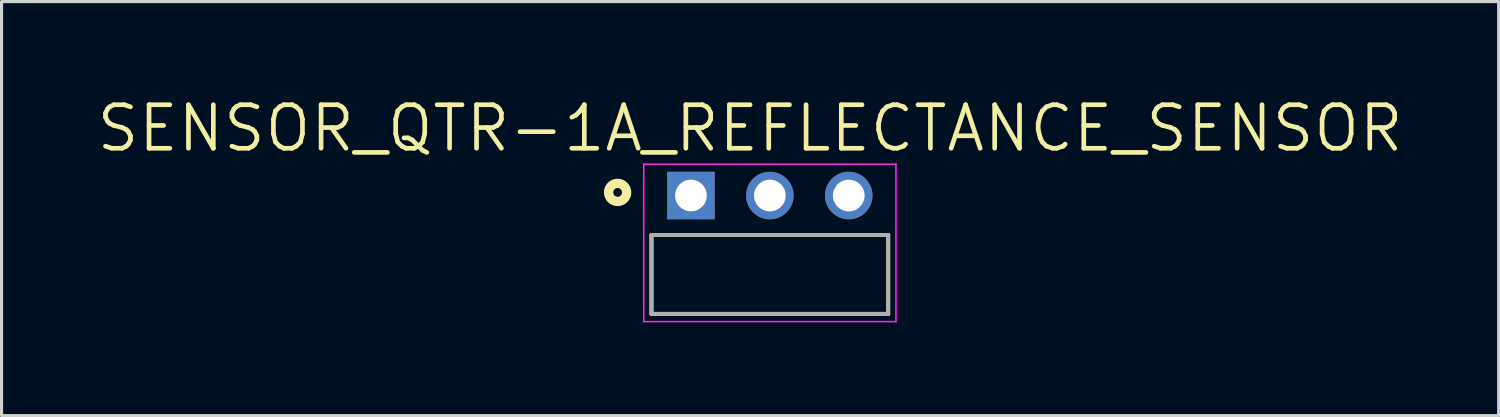
<source format=kicad_pcb>
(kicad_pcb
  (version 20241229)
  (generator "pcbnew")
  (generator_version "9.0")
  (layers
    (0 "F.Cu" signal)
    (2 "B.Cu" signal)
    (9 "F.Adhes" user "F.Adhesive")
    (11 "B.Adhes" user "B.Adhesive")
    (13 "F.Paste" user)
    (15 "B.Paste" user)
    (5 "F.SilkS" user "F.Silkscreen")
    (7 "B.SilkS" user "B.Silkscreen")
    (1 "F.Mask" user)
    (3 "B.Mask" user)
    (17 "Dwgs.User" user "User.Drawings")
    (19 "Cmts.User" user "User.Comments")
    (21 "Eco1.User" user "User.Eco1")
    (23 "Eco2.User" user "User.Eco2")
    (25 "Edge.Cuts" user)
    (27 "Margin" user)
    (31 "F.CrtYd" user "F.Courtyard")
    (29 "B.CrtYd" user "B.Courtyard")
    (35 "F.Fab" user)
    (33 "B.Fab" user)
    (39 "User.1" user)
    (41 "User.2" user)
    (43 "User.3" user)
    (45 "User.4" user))
  (footprint "SENSOR_QTR-1A_REFLECTANCE_SENSOR"
    (layer "F.Cu")
    (at 21.731 5.784)
    (property "Reference" "SENSOR_QTR-1A_REFLECTANCE_SENSOR" (at -0.635 -4.702 0) (layer "F.SilkS") (effects (font (size 1.401 1.401) (thickness 0.15))))
    (attr through_hole)
    (fp_line (start -3.81 -1.27) (end 3.81 -1.27) (stroke (width 0.127) (type solid)) (layer "F.SilkS"))
    (fp_line (start -3.81 1.27) (end -3.81 -1.27) (stroke (width 0.127) (type solid)) (layer "F.SilkS"))
    (fp_line (start 3.81 -1.27) (end 3.81 1.27) (stroke (width 0.127) (type solid)) (layer "F.SilkS"))
    (fp_line (start 3.81 1.27) (end -3.81 1.27) (stroke (width 0.127) (type solid)) (layer "F.SilkS"))
    (fp_circle (center -4.9 -2.64) (end -4.759 -2.64) (stroke (width 0.3) (type solid)) (fill no) (layer "F.SilkS"))
    (fp_line (start -4.06 -3.55) (end 4.06 -3.55) (stroke (width 0.05) (type solid)) (layer "F.CrtYd"))
    (fp_line (start -4.06 1.52) (end -4.06 -3.55) (stroke (width 0.05) (type solid)) (layer "F.CrtYd"))
    (fp_line (start 4.06 -3.55) (end 4.06 1.52) (stroke (width 0.05) (type solid)) (layer "F.CrtYd"))
    (fp_line (start 4.06 1.52) (end -4.06 1.52) (stroke (width 0.05) (type solid)) (layer "F.CrtYd"))
    (fp_line (start -3.81 -1.27) (end 3.81 -1.27) (stroke (width 0.127) (type solid)) (layer "F.Fab"))
    (fp_line (start -3.81 1.27) (end -3.81 -1.27) (stroke (width 0.127) (type solid)) (layer "F.Fab"))
    (fp_line (start 3.81 -1.27) (end 3.81 1.27) (stroke (width 0.127) (type solid)) (layer "F.Fab"))
    (fp_line (start 3.81 1.27) (end -3.81 1.27) (stroke (width 0.127) (type solid)) (layer "F.Fab"))
    (pad "1" thru_hole rect (at -2.54 -2.54) (size 1.53 1.53) (drill 1.02) (layers "*.Cu" "*.Mask"))
    (pad "2" thru_hole circle (at 0 -2.54) (size 1.53 1.53) (drill 1.02) (layers "*.Cu" "*.Mask"))
    (pad "3" thru_hole circle (at 2.54 -2.54) (size 1.53 1.53) (drill 1.02) (layers "*.Cu" "*.Mask")))
  (gr_rect
    (start -3 -3)
    (end 45.192 10.329)
    (stroke (width 0.1) (type default))
    (fill no)
    (layer "Edge.Cuts")))
</source>
